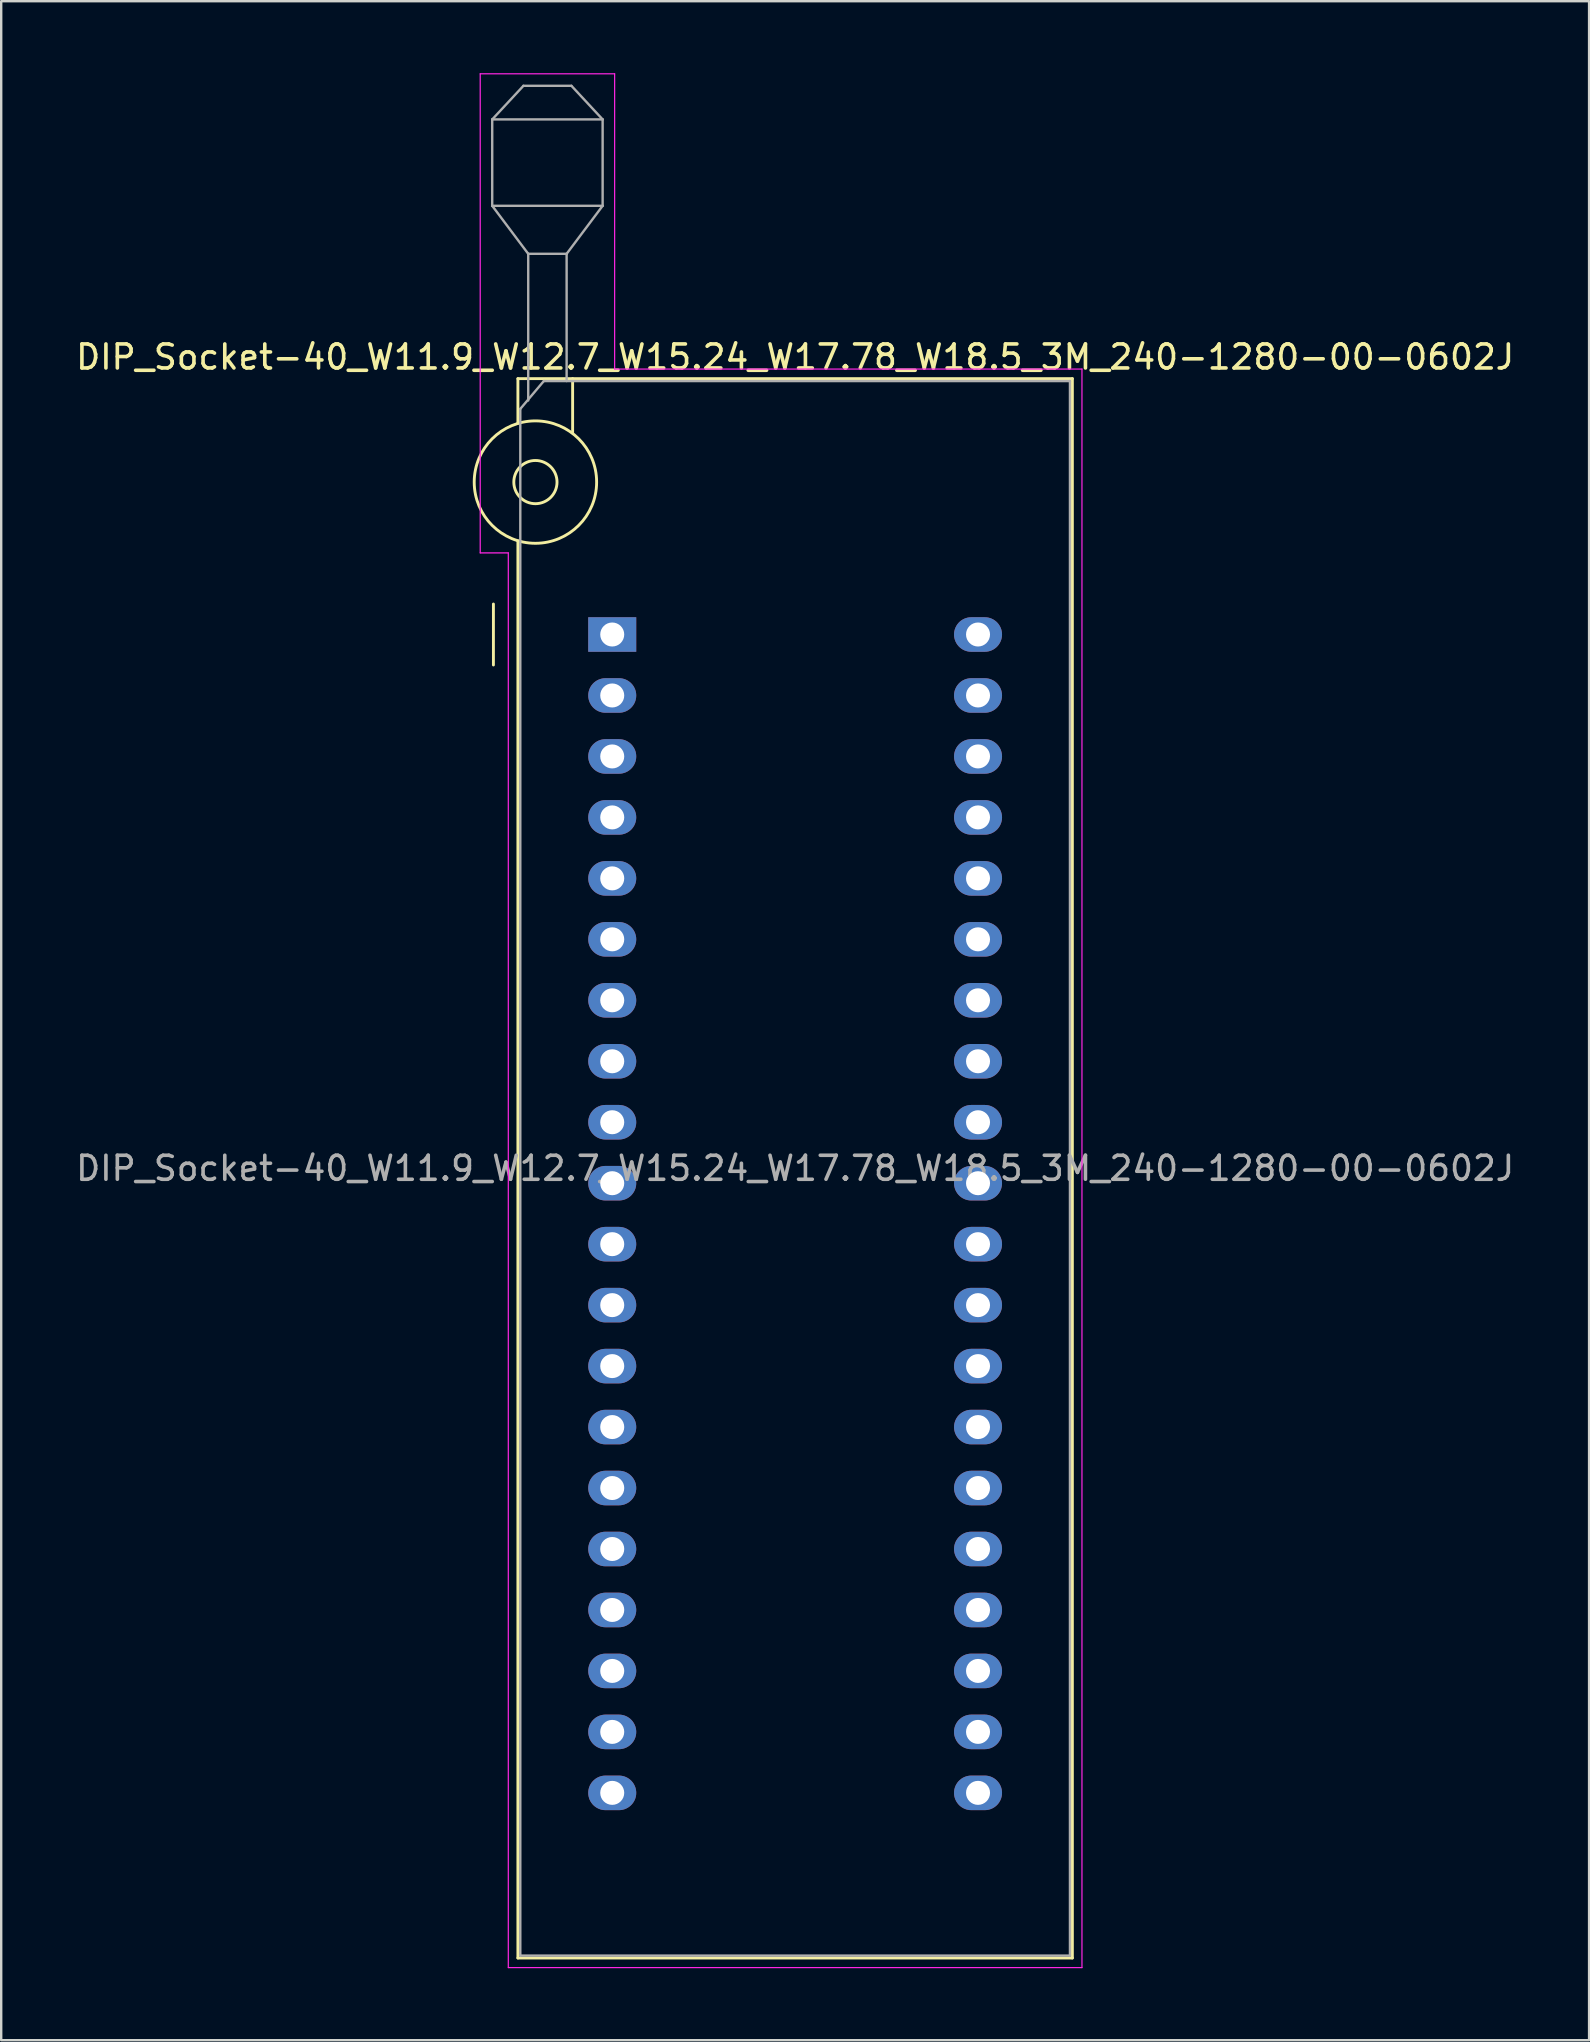
<source format=kicad_pcb>
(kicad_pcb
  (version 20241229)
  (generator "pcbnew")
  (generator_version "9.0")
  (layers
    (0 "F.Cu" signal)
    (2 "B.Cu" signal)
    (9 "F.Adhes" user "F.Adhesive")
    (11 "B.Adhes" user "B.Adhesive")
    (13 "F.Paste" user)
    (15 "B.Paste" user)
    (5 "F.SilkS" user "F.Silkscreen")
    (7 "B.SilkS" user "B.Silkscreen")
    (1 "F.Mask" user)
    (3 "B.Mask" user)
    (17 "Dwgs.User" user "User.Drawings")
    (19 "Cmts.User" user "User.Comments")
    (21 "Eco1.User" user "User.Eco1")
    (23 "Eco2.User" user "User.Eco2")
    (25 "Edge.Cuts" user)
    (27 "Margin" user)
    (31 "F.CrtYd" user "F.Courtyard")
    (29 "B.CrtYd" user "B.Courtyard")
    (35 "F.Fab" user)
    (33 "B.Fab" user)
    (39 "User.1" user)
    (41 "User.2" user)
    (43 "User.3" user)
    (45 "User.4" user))
  (footprint "DIP_Socket-40_W11.9_W12.7_W15.24_W17.78_W18.5_3M_240-1280-00-0602J"
    (layer "F.Cu")
    (at 22.457 23.385)
    (property "Reference" "DIP_Socket-40_W11.9_W12.7_W15.24_W17.78_W18.5_3M_240-1280-00-0602J" (at 7.62 -11.56 0) (layer "F.SilkS") (effects (font (size 1 1) (thickness 0.15))))
    (attr through_hole)
    (fp_line (start -4.95 1.27) (end -4.95 -1.27) (stroke (width 0.12) (type solid)) (layer "F.SilkS"))
    (fp_line (start -3.93 -10.66) (end -3.93 -8.8) (stroke (width 0.12) (type solid)) (layer "F.SilkS"))
    (fp_line (start -3.93 -3.9) (end -3.93 55.14) (stroke (width 0.12) (type solid)) (layer "F.SilkS"))
    (fp_line (start -3.93 55.14) (end 19.17 55.14) (stroke (width 0.12) (type solid)) (layer "F.SilkS"))
    (fp_line (start -1.65 -10.66) (end -1.65 -8.4) (stroke (width 0.12) (type solid)) (layer "F.SilkS"))
    (fp_line (start 19.17 -10.66) (end -3.93 -10.66) (stroke (width 0.12) (type solid)) (layer "F.SilkS"))
    (fp_line (start 19.17 55.14) (end 19.17 -10.66) (stroke (width 0.12) (type solid)) (layer "F.SilkS"))
    (fp_circle (center -3.2 -6.35) (end -2.3 -6.35) (stroke (width 0.12) (type solid)) (fill no) (layer "F.SilkS"))
    (fp_circle (center -3.2 -6.35) (end -0.65 -6.35) (stroke (width 0.12) (type solid)) (fill no) (layer "F.SilkS"))
    (fp_line (start -5.5 -23.36) (end 0.1 -23.36) (stroke (width 0.05) (type solid)) (layer "F.CrtYd"))
    (fp_line (start -5.5 -3.4) (end -5.5 -23.36) (stroke (width 0.05) (type solid)) (layer "F.CrtYd"))
    (fp_line (start -4.33 -3.4) (end -5.5 -3.4) (stroke (width 0.05) (type solid)) (layer "F.CrtYd"))
    (fp_line (start -4.33 55.54) (end -4.33 -3.4) (stroke (width 0.05) (type solid)) (layer "F.CrtYd"))
    (fp_line (start 0.1 -23.36) (end 0.1 -11.06) (stroke (width 0.05) (type solid)) (layer "F.CrtYd"))
    (fp_line (start 0.1 -11.06) (end 19.57 -11.06) (stroke (width 0.05) (type solid)) (layer "F.CrtYd"))
    (fp_line (start 19.57 -11.06) (end 19.57 55.54) (stroke (width 0.05) (type solid)) (layer "F.CrtYd"))
    (fp_line (start 19.57 55.54) (end -4.33 55.54) (stroke (width 0.05) (type solid)) (layer "F.CrtYd"))
    (fp_line (start -5 -21.46) (end -5 -17.86) (stroke (width 0.1) (type solid)) (layer "F.Fab"))
    (fp_line (start -5 -21.46) (end -3.7 -22.86) (stroke (width 0.1) (type solid)) (layer "F.Fab"))
    (fp_line (start -5 -17.86) (end -3.5 -15.86) (stroke (width 0.1) (type solid)) (layer "F.Fab"))
    (fp_line (start -5 -17.86) (end -0.4 -17.86) (stroke (width 0.1) (type solid)) (layer "F.Fab"))
    (fp_line (start -3.83 -9.4) (end -2.85 -10.56) (stroke (width 0.1) (type solid)) (layer "F.Fab"))
    (fp_line (start -3.83 55.04) (end -3.83 -9.4) (stroke (width 0.1) (type solid)) (layer "F.Fab"))
    (fp_line (start -3.7 -22.86) (end -1.7 -22.86) (stroke (width 0.1) (type solid)) (layer "F.Fab"))
    (fp_line (start -3.5 -15.86) (end -1.9 -15.86) (stroke (width 0.1) (type solid)) (layer "F.Fab"))
    (fp_line (start -3.5 -9.75) (end -3.5 -15.86) (stroke (width 0.1) (type solid)) (layer "F.Fab"))
    (fp_line (start -2.85 -10.56) (end 19.07 -10.56) (stroke (width 0.1) (type solid)) (layer "F.Fab"))
    (fp_line (start -1.9 -15.86) (end -1.9 -10.56) (stroke (width 0.1) (type solid)) (layer "F.Fab"))
    (fp_line (start -1.7 -22.86) (end -0.4 -21.46) (stroke (width 0.1) (type solid)) (layer "F.Fab"))
    (fp_line (start -0.4 -21.46) (end -5 -21.46) (stroke (width 0.1) (type solid)) (layer "F.Fab"))
    (fp_line (start -0.4 -17.86) (end -1.9 -15.86) (stroke (width 0.1) (type solid)) (layer "F.Fab"))
    (fp_line (start -0.4 -17.86) (end -0.4 -21.46) (stroke (width 0.1) (type solid)) (layer "F.Fab"))
    (fp_line (start 19.07 -10.56) (end 19.07 55.04) (stroke (width 0.1) (type solid)) (layer "F.Fab"))
    (fp_line (start 19.07 55.04) (end -3.83 55.04) (stroke (width 0.1) (type solid)) (layer "F.Fab"))
    (fp_text user "${REFERENCE}" (at 7.62 22.24 0) (layer "F.Fab") (effects (font (size 1 1) (thickness 0.15))))
    (pad "1" thru_hole rect (at 0 0) (size 2 1.44) (drill 1) (layers "*.Cu" "*.Mask"))
    (pad "2" thru_hole oval (at 0 2.54) (size 2 1.44) (drill 1) (layers "*.Cu" "*.Mask"))
    (pad "3" thru_hole oval (at 0 5.08) (size 2 1.44) (drill 1) (layers "*.Cu" "*.Mask"))
    (pad "4" thru_hole oval (at 0 7.62) (size 2 1.44) (drill 1) (layers "*.Cu" "*.Mask"))
    (pad "5" thru_hole oval (at 0 10.16) (size 2 1.44) (drill 1) (layers "*.Cu" "*.Mask"))
    (pad "6" thru_hole oval (at 0 12.7) (size 2 1.44) (drill 1) (layers "*.Cu" "*.Mask"))
    (pad "7" thru_hole oval (at 0 15.24) (size 2 1.44) (drill 1) (layers "*.Cu" "*.Mask"))
    (pad "8" thru_hole oval (at 0 17.78) (size 2 1.44) (drill 1) (layers "*.Cu" "*.Mask"))
    (pad "9" thru_hole oval (at 0 20.32) (size 2 1.44) (drill 1) (layers "*.Cu" "*.Mask"))
    (pad "10" thru_hole oval (at 0 22.86) (size 2 1.44) (drill 1) (layers "*.Cu" "*.Mask"))
    (pad "11" thru_hole oval (at 0 25.4) (size 2 1.44) (drill 1) (layers "*.Cu" "*.Mask"))
    (pad "12" thru_hole oval (at 0 27.94) (size 2 1.44) (drill 1) (layers "*.Cu" "*.Mask"))
    (pad "13" thru_hole oval (at 0 30.48) (size 2 1.44) (drill 1) (layers "*.Cu" "*.Mask"))
    (pad "14" thru_hole oval (at 0 33.02) (size 2 1.44) (drill 1) (layers "*.Cu" "*.Mask"))
    (pad "15" thru_hole oval (at 0 35.56) (size 2 1.44) (drill 1) (layers "*.Cu" "*.Mask"))
    (pad "16" thru_hole oval (at 0 38.1) (size 2 1.44) (drill 1) (layers "*.Cu" "*.Mask"))
    (pad "17" thru_hole oval (at 0 40.64) (size 2 1.44) (drill 1) (layers "*.Cu" "*.Mask"))
    (pad "18" thru_hole oval (at 0 43.18) (size 2 1.44) (drill 1) (layers "*.Cu" "*.Mask"))
    (pad "19" thru_hole oval (at 0 45.72) (size 2 1.44) (drill 1) (layers "*.Cu" "*.Mask"))
    (pad "20" thru_hole oval (at 0 48.26) (size 2 1.44) (drill 1) (layers "*.Cu" "*.Mask"))
    (pad "21" thru_hole oval (at 15.24 48.26) (size 2 1.44) (drill 1) (layers "*.Cu" "*.Mask"))
    (pad "22" thru_hole oval (at 15.24 45.72) (size 2 1.44) (drill 1) (layers "*.Cu" "*.Mask"))
    (pad "23" thru_hole oval (at 15.24 43.18) (size 2 1.44) (drill 1) (layers "*.Cu" "*.Mask"))
    (pad "24" thru_hole oval (at 15.24 40.64) (size 2 1.44) (drill 1) (layers "*.Cu" "*.Mask"))
    (pad "25" thru_hole oval (at 15.24 38.1) (size 2 1.44) (drill 1) (layers "*.Cu" "*.Mask"))
    (pad "26" thru_hole oval (at 15.24 35.56) (size 2 1.44) (drill 1) (layers "*.Cu" "*.Mask"))
    (pad "27" thru_hole oval (at 15.24 33.02) (size 2 1.44) (drill 1) (layers "*.Cu" "*.Mask"))
    (pad "28" thru_hole oval (at 15.24 30.48) (size 2 1.44) (drill 1) (layers "*.Cu" "*.Mask"))
    (pad "29" thru_hole oval (at 15.24 27.94) (size 2 1.44) (drill 1) (layers "*.Cu" "*.Mask"))
    (pad "30" thru_hole oval (at 15.24 25.4) (size 2 1.44) (drill 1) (layers "*.Cu" "*.Mask"))
    (pad "31" thru_hole oval (at 15.24 22.86) (size 2 1.44) (drill 1) (layers "*.Cu" "*.Mask"))
    (pad "32" thru_hole oval (at 15.24 20.32) (size 2 1.44) (drill 1) (layers "*.Cu" "*.Mask"))
    (pad "33" thru_hole oval (at 15.24 17.78) (size 2 1.44) (drill 1) (layers "*.Cu" "*.Mask"))
    (pad "34" thru_hole oval (at 15.24 15.24) (size 2 1.44) (drill 1) (layers "*.Cu" "*.Mask"))
    (pad "35" thru_hole oval (at 15.24 12.7) (size 2 1.44) (drill 1) (layers "*.Cu" "*.Mask"))
    (pad "36" thru_hole oval (at 15.24 10.16) (size 2 1.44) (drill 1) (layers "*.Cu" "*.Mask"))
    (pad "37" thru_hole oval (at 15.24 7.62) (size 2 1.44) (drill 1) (layers "*.Cu" "*.Mask"))
    (pad "38" thru_hole oval (at 15.24 5.08) (size 2 1.44) (drill 1) (layers "*.Cu" "*.Mask"))
    (pad "39" thru_hole oval (at 15.24 2.54) (size 2 1.44) (drill 1) (layers "*.Cu" "*.Mask"))
    (pad "40" thru_hole oval (at 15.24 0) (size 2 1.44) (drill 1) (layers "*.Cu" "*.Mask")))
  (gr_rect
    (start -3 -3)
    (end 63.155 81.95)
    (stroke (width 0.1) (type default))
    (fill no)
    (layer "Edge.Cuts")))
</source>
